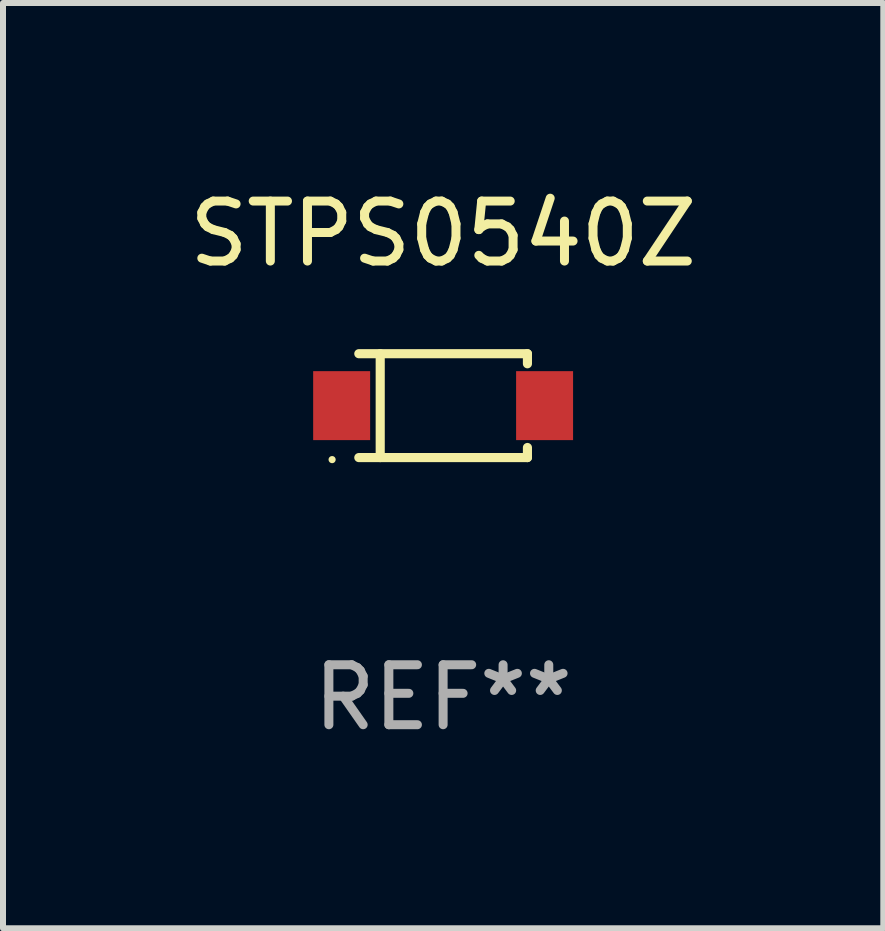
<source format=kicad_pcb>
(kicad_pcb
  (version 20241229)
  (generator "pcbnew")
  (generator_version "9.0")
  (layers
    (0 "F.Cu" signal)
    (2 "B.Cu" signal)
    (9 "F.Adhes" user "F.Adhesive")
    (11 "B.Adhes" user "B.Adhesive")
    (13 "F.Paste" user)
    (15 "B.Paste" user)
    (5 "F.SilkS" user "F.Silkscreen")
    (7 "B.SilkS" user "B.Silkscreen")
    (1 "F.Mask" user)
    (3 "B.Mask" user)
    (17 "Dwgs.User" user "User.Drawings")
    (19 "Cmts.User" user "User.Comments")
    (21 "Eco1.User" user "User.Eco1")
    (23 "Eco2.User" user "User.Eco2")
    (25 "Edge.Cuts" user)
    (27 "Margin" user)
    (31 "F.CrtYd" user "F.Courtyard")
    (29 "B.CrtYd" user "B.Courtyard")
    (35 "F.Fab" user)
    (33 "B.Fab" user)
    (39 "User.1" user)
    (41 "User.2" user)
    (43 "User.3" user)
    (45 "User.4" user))
  (footprint "STPS0540Z"
    (layer "F.Cu")
    (at 4.339 3.714)
    (property "Reference" "STPS0540Z" (at 0 -2.866 0) (layer "F.SilkS") (effects (font (size 1 1) (thickness 0.15))))
    (attr through_hole)
    (fp_line (start -1.406 -0.866) (end 1.406 -0.866) (stroke (width 0.152) (type solid)) (layer "F.SilkS"))
    (fp_line (start -1.406 0.866) (end 1.406 0.866) (stroke (width 0.152) (type solid)) (layer "F.SilkS"))
    (fp_line (start -1.049 -0.866) (end -1.049 0.866) (stroke (width 0.152) (type solid)) (layer "F.SilkS"))
    (fp_line (start 1.406 -0.866) (end 1.406 -0.698) (stroke (width 0.152) (type solid)) (layer "F.SilkS"))
    (fp_line (start 1.406 0.866) (end 1.406 0.698) (stroke (width 0.152) (type solid)) (layer "F.SilkS"))
    (fp_circle (center -1.851 0.9) (end -1.821 0.9) (stroke (width 0.06) (type solid)) (fill no) (layer "F.SilkS"))
    (fp_text user "REF**" (at 0 4.866 0) (layer "F.Fab") (effects (font (size 1 1) (thickness 0.15))))
    (pad "1" smd rect (at -1.692 0) (size 0.95 1.15) (layers "F.Cu" "F.Mask" "F.Paste"))
    (pad "2" smd rect (at 1.692 0) (size 0.95 1.15) (layers "F.Cu" "F.Mask" "F.Paste")))
  (gr_rect
    (start -3 -3)
    (end 11.679 12.429)
    (stroke (width 0.1) (type default))
    (fill no)
    (layer "Edge.Cuts")))
</source>
